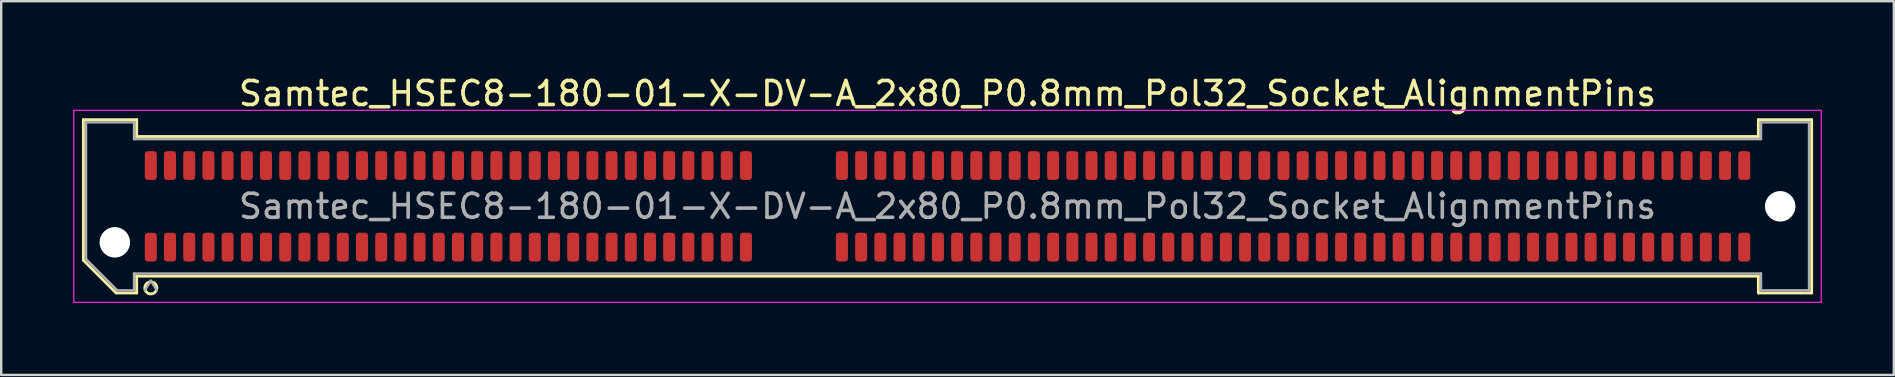
<source format=kicad_pcb>
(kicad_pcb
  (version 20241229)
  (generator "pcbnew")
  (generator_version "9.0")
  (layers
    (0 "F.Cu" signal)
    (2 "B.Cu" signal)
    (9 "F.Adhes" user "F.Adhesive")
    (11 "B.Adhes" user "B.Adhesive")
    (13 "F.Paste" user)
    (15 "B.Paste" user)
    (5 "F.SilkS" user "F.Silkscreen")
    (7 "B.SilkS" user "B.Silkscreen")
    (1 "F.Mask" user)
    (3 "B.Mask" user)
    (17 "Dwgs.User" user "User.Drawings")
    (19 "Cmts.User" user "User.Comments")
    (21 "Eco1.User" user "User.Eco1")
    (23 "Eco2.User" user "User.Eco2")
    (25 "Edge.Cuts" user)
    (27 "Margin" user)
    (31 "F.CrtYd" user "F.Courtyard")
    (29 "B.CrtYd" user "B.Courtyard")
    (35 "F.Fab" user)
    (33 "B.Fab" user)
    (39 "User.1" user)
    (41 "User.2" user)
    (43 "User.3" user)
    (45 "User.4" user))
  (footprint "Samtec_HSEC8-180-01-X-DV-A_2x80_P0.8mm_Pol32_Socket_AlignmentPins"
    (layer "F.Cu")
    (at 36.435 5.548)
    (property "Reference" "Samtec_HSEC8-180-01-X-DV-A_2x80_P0.8mm_Pol32_Socket_AlignmentPins" (at 0 -4.7 0) (layer "F.SilkS") (effects (font (size 1 1) (thickness 0.15))))
    (attr smd)
    (fp_line (start -36.01 -3.61) (end -33.79 -3.61) (stroke (width 0.12) (type solid)) (layer "F.SilkS"))
    (fp_line (start -36.01 2.246) (end -36.01 -3.61) (stroke (width 0.12) (type solid)) (layer "F.SilkS"))
    (fp_line (start -34.646 3.61) (end -36.01 2.246) (stroke (width 0.12) (type solid)) (layer "F.SilkS"))
    (fp_line (start -33.79 -3.61) (end -33.79 -2.91) (stroke (width 0.12) (type solid)) (layer "F.SilkS"))
    (fp_line (start -33.79 -2.91) (end 33.79 -2.91) (stroke (width 0.12) (type solid)) (layer "F.SilkS"))
    (fp_line (start -33.79 2.91) (end -33.79 3.61) (stroke (width 0.12) (type solid)) (layer "F.SilkS"))
    (fp_line (start -33.79 3.61) (end -34.646 3.61) (stroke (width 0.12) (type solid)) (layer "F.SilkS"))
    (fp_line (start 33.79 -3.61) (end 36.01 -3.61) (stroke (width 0.12) (type solid)) (layer "F.SilkS"))
    (fp_line (start 33.79 -2.91) (end 33.79 -3.61) (stroke (width 0.12) (type solid)) (layer "F.SilkS"))
    (fp_line (start 33.79 2.91) (end -33.79 2.91) (stroke (width 0.12) (type solid)) (layer "F.SilkS"))
    (fp_line (start 33.79 3.61) (end 33.79 2.91) (stroke (width 0.12) (type solid)) (layer "F.SilkS"))
    (fp_line (start 36.01 -3.61) (end 36.01 3.61) (stroke (width 0.12) (type solid)) (layer "F.SilkS"))
    (fp_line (start 36.01 3.61) (end 33.79 3.61) (stroke (width 0.12) (type solid)) (layer "F.SilkS"))
    (fp_arc (start -32.95 3.4) (mid -33.45 3.4) (end -32.95 3.4) (stroke (width 0.12) (type solid)) (layer "F.SilkS"))
    (fp_line (start -36.41 -4) (end -36.41 4) (stroke (width 0.05) (type solid)) (layer "F.CrtYd"))
    (fp_line (start -36.41 4) (end 36.41 4) (stroke (width 0.05) (type solid)) (layer "F.CrtYd"))
    (fp_line (start 36.41 -4) (end -36.41 -4) (stroke (width 0.05) (type solid)) (layer "F.CrtYd"))
    (fp_line (start 36.41 4) (end 36.41 -4) (stroke (width 0.05) (type solid)) (layer "F.CrtYd"))
    (fp_line (start -35.9 -3.5) (end -33.9 -3.5) (stroke (width 0.1) (type solid)) (layer "F.Fab"))
    (fp_line (start -35.9 2.2) (end -35.9 -3.5) (stroke (width 0.1) (type solid)) (layer "F.Fab"))
    (fp_line (start -34.6 3.5) (end -35.9 2.2) (stroke (width 0.1) (type solid)) (layer "F.Fab"))
    (fp_line (start -33.9 -3.5) (end -33.9 -2.8) (stroke (width 0.1) (type solid)) (layer "F.Fab"))
    (fp_line (start -33.9 -2.8) (end 33.9 -2.8) (stroke (width 0.1) (type solid)) (layer "F.Fab"))
    (fp_line (start -33.9 2.8) (end -33.9 3.5) (stroke (width 0.1) (type solid)) (layer "F.Fab"))
    (fp_line (start -33.9 3.5) (end -34.6 3.5) (stroke (width 0.1) (type solid)) (layer "F.Fab"))
    (fp_line (start -33.2 3.1) (end -33.45 3.5) (stroke (width 0.1) (type solid)) (layer "F.Fab"))
    (fp_line (start -33.2 3.1) (end -32.95 3.5) (stroke (width 0.1) (type solid)) (layer "F.Fab"))
    (fp_line (start 33.9 -3.5) (end 35.9 -3.5) (stroke (width 0.1) (type solid)) (layer "F.Fab"))
    (fp_line (start 33.9 -2.8) (end 33.9 -3.5) (stroke (width 0.1) (type solid)) (layer "F.Fab"))
    (fp_line (start 33.9 2.8) (end -33.9 2.8) (stroke (width 0.1) (type solid)) (layer "F.Fab"))
    (fp_line (start 33.9 3.5) (end 33.9 2.8) (stroke (width 0.1) (type solid)) (layer "F.Fab"))
    (fp_line (start 35.9 -3.5) (end 35.9 3.5) (stroke (width 0.1) (type solid)) (layer "F.Fab"))
    (fp_line (start 35.9 3.5) (end 33.9 3.5) (stroke (width 0.1) (type solid)) (layer "F.Fab"))
    (fp_text user "${REFERENCE}" (at 0 0 0) (layer "F.Fab") (effects (font (size 1 1) (thickness 0.15))))
    (pad "" np_thru_hole circle (at -34.7 1.5) (size 1.27 1.27) (drill 1.27) (layers "*.Cu" "*.Mask"))
    (pad "" np_thru_hole circle (at 34.7 0) (size 1.27 1.27) (drill 1.27) (layers "*.Cu" "*.Mask"))
    (pad "1" smd roundrect (at -33.2 1.7) (size 0.5 1.2) (layers "F.Cu" "F.Mask" "F.Paste") (roundrect_rratio 0.25))
    (pad "2" smd roundrect (at -33.2 -1.7) (size 0.5 1.2) (layers "F.Cu" "F.Mask" "F.Paste") (roundrect_rratio 0.25))
    (pad "3" smd roundrect (at -32.4 1.7) (size 0.5 1.2) (layers "F.Cu" "F.Mask" "F.Paste") (roundrect_rratio 0.25))
    (pad "4" smd roundrect (at -32.4 -1.7) (size 0.5 1.2) (layers "F.Cu" "F.Mask" "F.Paste") (roundrect_rratio 0.25))
    (pad "5" smd roundrect (at -31.6 1.7) (size 0.5 1.2) (layers "F.Cu" "F.Mask" "F.Paste") (roundrect_rratio 0.25))
    (pad "6" smd roundrect (at -31.6 -1.7) (size 0.5 1.2) (layers "F.Cu" "F.Mask" "F.Paste") (roundrect_rratio 0.25))
    (pad "7" smd roundrect (at -30.8 1.7) (size 0.5 1.2) (layers "F.Cu" "F.Mask" "F.Paste") (roundrect_rratio 0.25))
    (pad "8" smd roundrect (at -30.8 -1.7) (size 0.5 1.2) (layers "F.Cu" "F.Mask" "F.Paste") (roundrect_rratio 0.25))
    (pad "9" smd roundrect (at -30 1.7) (size 0.5 1.2) (layers "F.Cu" "F.Mask" "F.Paste") (roundrect_rratio 0.25))
    (pad "10" smd roundrect (at -30 -1.7) (size 0.5 1.2) (layers "F.Cu" "F.Mask" "F.Paste") (roundrect_rratio 0.25))
    (pad "11" smd roundrect (at -29.2 1.7) (size 0.5 1.2) (layers "F.Cu" "F.Mask" "F.Paste") (roundrect_rratio 0.25))
    (pad "12" smd roundrect (at -29.2 -1.7) (size 0.5 1.2) (layers "F.Cu" "F.Mask" "F.Paste") (roundrect_rratio 0.25))
    (pad "13" smd roundrect (at -28.4 1.7) (size 0.5 1.2) (layers "F.Cu" "F.Mask" "F.Paste") (roundrect_rratio 0.25))
    (pad "14" smd roundrect (at -28.4 -1.7) (size 0.5 1.2) (layers "F.Cu" "F.Mask" "F.Paste") (roundrect_rratio 0.25))
    (pad "15" smd roundrect (at -27.6 1.7) (size 0.5 1.2) (layers "F.Cu" "F.Mask" "F.Paste") (roundrect_rratio 0.25))
    (pad "16" smd roundrect (at -27.6 -1.7) (size 0.5 1.2) (layers "F.Cu" "F.Mask" "F.Paste") (roundrect_rratio 0.25))
    (pad "17" smd roundrect (at -26.8 1.7) (size 0.5 1.2) (layers "F.Cu" "F.Mask" "F.Paste") (roundrect_rratio 0.25))
    (pad "18" smd roundrect (at -26.8 -1.7) (size 0.5 1.2) (layers "F.Cu" "F.Mask" "F.Paste") (roundrect_rratio 0.25))
    (pad "19" smd roundrect (at -26 1.7) (size 0.5 1.2) (layers "F.Cu" "F.Mask" "F.Paste") (roundrect_rratio 0.25))
    (pad "20" smd roundrect (at -26 -1.7) (size 0.5 1.2) (layers "F.Cu" "F.Mask" "F.Paste") (roundrect_rratio 0.25))
    (pad "21" smd roundrect (at -25.2 1.7) (size 0.5 1.2) (layers "F.Cu" "F.Mask" "F.Paste") (roundrect_rratio 0.25))
    (pad "22" smd roundrect (at -25.2 -1.7) (size 0.5 1.2) (layers "F.Cu" "F.Mask" "F.Paste") (roundrect_rratio 0.25))
    (pad "23" smd roundrect (at -24.4 1.7) (size 0.5 1.2) (layers "F.Cu" "F.Mask" "F.Paste") (roundrect_rratio 0.25))
    (pad "24" smd roundrect (at -24.4 -1.7) (size 0.5 1.2) (layers "F.Cu" "F.Mask" "F.Paste") (roundrect_rratio 0.25))
    (pad "25" smd roundrect (at -23.6 1.7) (size 0.5 1.2) (layers "F.Cu" "F.Mask" "F.Paste") (roundrect_rratio 0.25))
    (pad "26" smd roundrect (at -23.6 -1.7) (size 0.5 1.2) (layers "F.Cu" "F.Mask" "F.Paste") (roundrect_rratio 0.25))
    (pad "27" smd roundrect (at -22.8 1.7) (size 0.5 1.2) (layers "F.Cu" "F.Mask" "F.Paste") (roundrect_rratio 0.25))
    (pad "28" smd roundrect (at -22.8 -1.7) (size 0.5 1.2) (layers "F.Cu" "F.Mask" "F.Paste") (roundrect_rratio 0.25))
    (pad "29" smd roundrect (at -22 1.7) (size 0.5 1.2) (layers "F.Cu" "F.Mask" "F.Paste") (roundrect_rratio 0.25))
    (pad "30" smd roundrect (at -22 -1.7) (size 0.5 1.2) (layers "F.Cu" "F.Mask" "F.Paste") (roundrect_rratio 0.25))
    (pad "31" smd roundrect (at -21.2 1.7) (size 0.5 1.2) (layers "F.Cu" "F.Mask" "F.Paste") (roundrect_rratio 0.25))
    (pad "32" smd roundrect (at -21.2 -1.7) (size 0.5 1.2) (layers "F.Cu" "F.Mask" "F.Paste") (roundrect_rratio 0.25))
    (pad "33" smd roundrect (at -20.4 1.7) (size 0.5 1.2) (layers "F.Cu" "F.Mask" "F.Paste") (roundrect_rratio 0.25))
    (pad "34" smd roundrect (at -20.4 -1.7) (size 0.5 1.2) (layers "F.Cu" "F.Mask" "F.Paste") (roundrect_rratio 0.25))
    (pad "35" smd roundrect (at -19.6 1.7) (size 0.5 1.2) (layers "F.Cu" "F.Mask" "F.Paste") (roundrect_rratio 0.25))
    (pad "36" smd roundrect (at -19.6 -1.7) (size 0.5 1.2) (layers "F.Cu" "F.Mask" "F.Paste") (roundrect_rratio 0.25))
    (pad "37" smd roundrect (at -18.8 1.7) (size 0.5 1.2) (layers "F.Cu" "F.Mask" "F.Paste") (roundrect_rratio 0.25))
    (pad "38" smd roundrect (at -18.8 -1.7) (size 0.5 1.2) (layers "F.Cu" "F.Mask" "F.Paste") (roundrect_rratio 0.25))
    (pad "39" smd roundrect (at -18 1.7) (size 0.5 1.2) (layers "F.Cu" "F.Mask" "F.Paste") (roundrect_rratio 0.25))
    (pad "40" smd roundrect (at -18 -1.7) (size 0.5 1.2) (layers "F.Cu" "F.Mask" "F.Paste") (roundrect_rratio 0.25))
    (pad "41" smd roundrect (at -17.2 1.7) (size 0.5 1.2) (layers "F.Cu" "F.Mask" "F.Paste") (roundrect_rratio 0.25))
    (pad "42" smd roundrect (at -17.2 -1.7) (size 0.5 1.2) (layers "F.Cu" "F.Mask" "F.Paste") (roundrect_rratio 0.25))
    (pad "43" smd roundrect (at -16.4 1.7) (size 0.5 1.2) (layers "F.Cu" "F.Mask" "F.Paste") (roundrect_rratio 0.25))
    (pad "44" smd roundrect (at -16.4 -1.7) (size 0.5 1.2) (layers "F.Cu" "F.Mask" "F.Paste") (roundrect_rratio 0.25))
    (pad "45" smd roundrect (at -15.6 1.7) (size 0.5 1.2) (layers "F.Cu" "F.Mask" "F.Paste") (roundrect_rratio 0.25))
    (pad "46" smd roundrect (at -15.6 -1.7) (size 0.5 1.2) (layers "F.Cu" "F.Mask" "F.Paste") (roundrect_rratio 0.25))
    (pad "47" smd roundrect (at -14.8 1.7) (size 0.5 1.2) (layers "F.Cu" "F.Mask" "F.Paste") (roundrect_rratio 0.25))
    (pad "48" smd roundrect (at -14.8 -1.7) (size 0.5 1.2) (layers "F.Cu" "F.Mask" "F.Paste") (roundrect_rratio 0.25))
    (pad "49" smd roundrect (at -14 1.7) (size 0.5 1.2) (layers "F.Cu" "F.Mask" "F.Paste") (roundrect_rratio 0.25))
    (pad "50" smd roundrect (at -14 -1.7) (size 0.5 1.2) (layers "F.Cu" "F.Mask" "F.Paste") (roundrect_rratio 0.25))
    (pad "51" smd roundrect (at -13.2 1.7) (size 0.5 1.2) (layers "F.Cu" "F.Mask" "F.Paste") (roundrect_rratio 0.25))
    (pad "52" smd roundrect (at -13.2 -1.7) (size 0.5 1.2) (layers "F.Cu" "F.Mask" "F.Paste") (roundrect_rratio 0.25))
    (pad "53" smd roundrect (at -12.4 1.7) (size 0.5 1.2) (layers "F.Cu" "F.Mask" "F.Paste") (roundrect_rratio 0.25))
    (pad "54" smd roundrect (at -12.4 -1.7) (size 0.5 1.2) (layers "F.Cu" "F.Mask" "F.Paste") (roundrect_rratio 0.25))
    (pad "55" smd roundrect (at -11.6 1.7) (size 0.5 1.2) (layers "F.Cu" "F.Mask" "F.Paste") (roundrect_rratio 0.25))
    (pad "56" smd roundrect (at -11.6 -1.7) (size 0.5 1.2) (layers "F.Cu" "F.Mask" "F.Paste") (roundrect_rratio 0.25))
    (pad "57" smd roundrect (at -10.8 1.7) (size 0.5 1.2) (layers "F.Cu" "F.Mask" "F.Paste") (roundrect_rratio 0.25))
    (pad "58" smd roundrect (at -10.8 -1.7) (size 0.5 1.2) (layers "F.Cu" "F.Mask" "F.Paste") (roundrect_rratio 0.25))
    (pad "59" smd roundrect (at -10 1.7) (size 0.5 1.2) (layers "F.Cu" "F.Mask" "F.Paste") (roundrect_rratio 0.25))
    (pad "60" smd roundrect (at -10 -1.7) (size 0.5 1.2) (layers "F.Cu" "F.Mask" "F.Paste") (roundrect_rratio 0.25))
    (pad "61" smd roundrect (at -9.2 1.7) (size 0.5 1.2) (layers "F.Cu" "F.Mask" "F.Paste") (roundrect_rratio 0.25))
    (pad "62" smd roundrect (at -9.2 -1.7) (size 0.5 1.2) (layers "F.Cu" "F.Mask" "F.Paste") (roundrect_rratio 0.25))
    (pad "63" smd roundrect (at -8.4 1.7) (size 0.5 1.2) (layers "F.Cu" "F.Mask" "F.Paste") (roundrect_rratio 0.25))
    (pad "64" smd roundrect (at -8.4 -1.7) (size 0.5 1.2) (layers "F.Cu" "F.Mask" "F.Paste") (roundrect_rratio 0.25))
    (pad "65" smd roundrect (at -4.4 1.7) (size 0.5 1.2) (layers "F.Cu" "F.Mask" "F.Paste") (roundrect_rratio 0.25))
    (pad "66" smd roundrect (at -4.4 -1.7) (size 0.5 1.2) (layers "F.Cu" "F.Mask" "F.Paste") (roundrect_rratio 0.25))
    (pad "67" smd roundrect (at -3.6 1.7) (size 0.5 1.2) (layers "F.Cu" "F.Mask" "F.Paste") (roundrect_rratio 0.25))
    (pad "68" smd roundrect (at -3.6 -1.7) (size 0.5 1.2) (layers "F.Cu" "F.Mask" "F.Paste") (roundrect_rratio 0.25))
    (pad "69" smd roundrect (at -2.8 1.7) (size 0.5 1.2) (layers "F.Cu" "F.Mask" "F.Paste") (roundrect_rratio 0.25))
    (pad "70" smd roundrect (at -2.8 -1.7) (size 0.5 1.2) (layers "F.Cu" "F.Mask" "F.Paste") (roundrect_rratio 0.25))
    (pad "71" smd roundrect (at -2 1.7) (size 0.5 1.2) (layers "F.Cu" "F.Mask" "F.Paste") (roundrect_rratio 0.25))
    (pad "72" smd roundrect (at -2 -1.7) (size 0.5 1.2) (layers "F.Cu" "F.Mask" "F.Paste") (roundrect_rratio 0.25))
    (pad "73" smd roundrect (at -1.2 1.7) (size 0.5 1.2) (layers "F.Cu" "F.Mask" "F.Paste") (roundrect_rratio 0.25))
    (pad "74" smd roundrect (at -1.2 -1.7) (size 0.5 1.2) (layers "F.Cu" "F.Mask" "F.Paste") (roundrect_rratio 0.25))
    (pad "75" smd roundrect (at -0.4 1.7) (size 0.5 1.2) (layers "F.Cu" "F.Mask" "F.Paste") (roundrect_rratio 0.25))
    (pad "76" smd roundrect (at -0.4 -1.7) (size 0.5 1.2) (layers "F.Cu" "F.Mask" "F.Paste") (roundrect_rratio 0.25))
    (pad "77" smd roundrect (at 0.4 1.7) (size 0.5 1.2) (layers "F.Cu" "F.Mask" "F.Paste") (roundrect_rratio 0.25))
    (pad "78" smd roundrect (at 0.4 -1.7) (size 0.5 1.2) (layers "F.Cu" "F.Mask" "F.Paste") (roundrect_rratio 0.25))
    (pad "79" smd roundrect (at 1.2 1.7) (size 0.5 1.2) (layers "F.Cu" "F.Mask" "F.Paste") (roundrect_rratio 0.25))
    (pad "80" smd roundrect (at 1.2 -1.7) (size 0.5 1.2) (layers "F.Cu" "F.Mask" "F.Paste") (roundrect_rratio 0.25))
    (pad "81" smd roundrect (at 2 1.7) (size 0.5 1.2) (layers "F.Cu" "F.Mask" "F.Paste") (roundrect_rratio 0.25))
    (pad "82" smd roundrect (at 2 -1.7) (size 0.5 1.2) (layers "F.Cu" "F.Mask" "F.Paste") (roundrect_rratio 0.25))
    (pad "83" smd roundrect (at 2.8 1.7) (size 0.5 1.2) (layers "F.Cu" "F.Mask" "F.Paste") (roundrect_rratio 0.25))
    (pad "84" smd roundrect (at 2.8 -1.7) (size 0.5 1.2) (layers "F.Cu" "F.Mask" "F.Paste") (roundrect_rratio 0.25))
    (pad "85" smd roundrect (at 3.6 1.7) (size 0.5 1.2) (layers "F.Cu" "F.Mask" "F.Paste") (roundrect_rratio 0.25))
    (pad "86" smd roundrect (at 3.6 -1.7) (size 0.5 1.2) (layers "F.Cu" "F.Mask" "F.Paste") (roundrect_rratio 0.25))
    (pad "87" smd roundrect (at 4.4 1.7) (size 0.5 1.2) (layers "F.Cu" "F.Mask" "F.Paste") (roundrect_rratio 0.25))
    (pad "88" smd roundrect (at 4.4 -1.7) (size 0.5 1.2) (layers "F.Cu" "F.Mask" "F.Paste") (roundrect_rratio 0.25))
    (pad "89" smd roundrect (at 5.2 1.7) (size 0.5 1.2) (layers "F.Cu" "F.Mask" "F.Paste") (roundrect_rratio 0.25))
    (pad "90" smd roundrect (at 5.2 -1.7) (size 0.5 1.2) (layers "F.Cu" "F.Mask" "F.Paste") (roundrect_rratio 0.25))
    (pad "91" smd roundrect (at 6 1.7) (size 0.5 1.2) (layers "F.Cu" "F.Mask" "F.Paste") (roundrect_rratio 0.25))
    (pad "92" smd roundrect (at 6 -1.7) (size 0.5 1.2) (layers "F.Cu" "F.Mask" "F.Paste") (roundrect_rratio 0.25))
    (pad "93" smd roundrect (at 6.8 1.7) (size 0.5 1.2) (layers "F.Cu" "F.Mask" "F.Paste") (roundrect_rratio 0.25))
    (pad "94" smd roundrect (at 6.8 -1.7) (size 0.5 1.2) (layers "F.Cu" "F.Mask" "F.Paste") (roundrect_rratio 0.25))
    (pad "95" smd roundrect (at 7.6 1.7) (size 0.5 1.2) (layers "F.Cu" "F.Mask" "F.Paste") (roundrect_rratio 0.25))
    (pad "96" smd roundrect (at 7.6 -1.7) (size 0.5 1.2) (layers "F.Cu" "F.Mask" "F.Paste") (roundrect_rratio 0.25))
    (pad "97" smd roundrect (at 8.4 1.7) (size 0.5 1.2) (layers "F.Cu" "F.Mask" "F.Paste") (roundrect_rratio 0.25))
    (pad "98" smd roundrect (at 8.4 -1.7) (size 0.5 1.2) (layers "F.Cu" "F.Mask" "F.Paste") (roundrect_rratio 0.25))
    (pad "99" smd roundrect (at 9.2 1.7) (size 0.5 1.2) (layers "F.Cu" "F.Mask" "F.Paste") (roundrect_rratio 0.25))
    (pad "100" smd roundrect (at 9.2 -1.7) (size 0.5 1.2) (layers "F.Cu" "F.Mask" "F.Paste") (roundrect_rratio 0.25))
    (pad "101" smd roundrect (at 10 1.7) (size 0.5 1.2) (layers "F.Cu" "F.Mask" "F.Paste") (roundrect_rratio 0.25))
    (pad "102" smd roundrect (at 10 -1.7) (size 0.5 1.2) (layers "F.Cu" "F.Mask" "F.Paste") (roundrect_rratio 0.25))
    (pad "103" smd roundrect (at 10.8 1.7) (size 0.5 1.2) (layers "F.Cu" "F.Mask" "F.Paste") (roundrect_rratio 0.25))
    (pad "104" smd roundrect (at 10.8 -1.7) (size 0.5 1.2) (layers "F.Cu" "F.Mask" "F.Paste") (roundrect_rratio 0.25))
    (pad "105" smd roundrect (at 11.6 1.7) (size 0.5 1.2) (layers "F.Cu" "F.Mask" "F.Paste") (roundrect_rratio 0.25))
    (pad "106" smd roundrect (at 11.6 -1.7) (size 0.5 1.2) (layers "F.Cu" "F.Mask" "F.Paste") (roundrect_rratio 0.25))
    (pad "107" smd roundrect (at 12.4 1.7) (size 0.5 1.2) (layers "F.Cu" "F.Mask" "F.Paste") (roundrect_rratio 0.25))
    (pad "108" smd roundrect (at 12.4 -1.7) (size 0.5 1.2) (layers "F.Cu" "F.Mask" "F.Paste") (roundrect_rratio 0.25))
    (pad "109" smd roundrect (at 13.2 1.7) (size 0.5 1.2) (layers "F.Cu" "F.Mask" "F.Paste") (roundrect_rratio 0.25))
    (pad "110" smd roundrect (at 13.2 -1.7) (size 0.5 1.2) (layers "F.Cu" "F.Mask" "F.Paste") (roundrect_rratio 0.25))
    (pad "111" smd roundrect (at 14 1.7) (size 0.5 1.2) (layers "F.Cu" "F.Mask" "F.Paste") (roundrect_rratio 0.25))
    (pad "112" smd roundrect (at 14 -1.7) (size 0.5 1.2) (layers "F.Cu" "F.Mask" "F.Paste") (roundrect_rratio 0.25))
    (pad "113" smd roundrect (at 14.8 1.7) (size 0.5 1.2) (layers "F.Cu" "F.Mask" "F.Paste") (roundrect_rratio 0.25))
    (pad "114" smd roundrect (at 14.8 -1.7) (size 0.5 1.2) (layers "F.Cu" "F.Mask" "F.Paste") (roundrect_rratio 0.25))
    (pad "115" smd roundrect (at 15.6 1.7) (size 0.5 1.2) (layers "F.Cu" "F.Mask" "F.Paste") (roundrect_rratio 0.25))
    (pad "116" smd roundrect (at 15.6 -1.7) (size 0.5 1.2) (layers "F.Cu" "F.Mask" "F.Paste") (roundrect_rratio 0.25))
    (pad "117" smd roundrect (at 16.4 1.7) (size 0.5 1.2) (layers "F.Cu" "F.Mask" "F.Paste") (roundrect_rratio 0.25))
    (pad "118" smd roundrect (at 16.4 -1.7) (size 0.5 1.2) (layers "F.Cu" "F.Mask" "F.Paste") (roundrect_rratio 0.25))
    (pad "119" smd roundrect (at 17.2 1.7) (size 0.5 1.2) (layers "F.Cu" "F.Mask" "F.Paste") (roundrect_rratio 0.25))
    (pad "120" smd roundrect (at 17.2 -1.7) (size 0.5 1.2) (layers "F.Cu" "F.Mask" "F.Paste") (roundrect_rratio 0.25))
    (pad "121" smd roundrect (at 18 1.7) (size 0.5 1.2) (layers "F.Cu" "F.Mask" "F.Paste") (roundrect_rratio 0.25))
    (pad "122" smd roundrect (at 18 -1.7) (size 0.5 1.2) (layers "F.Cu" "F.Mask" "F.Paste") (roundrect_rratio 0.25))
    (pad "123" smd roundrect (at 18.8 1.7) (size 0.5 1.2) (layers "F.Cu" "F.Mask" "F.Paste") (roundrect_rratio 0.25))
    (pad "124" smd roundrect (at 18.8 -1.7) (size 0.5 1.2) (layers "F.Cu" "F.Mask" "F.Paste") (roundrect_rratio 0.25))
    (pad "125" smd roundrect (at 19.6 1.7) (size 0.5 1.2) (layers "F.Cu" "F.Mask" "F.Paste") (roundrect_rratio 0.25))
    (pad "126" smd roundrect (at 19.6 -1.7) (size 0.5 1.2) (layers "F.Cu" "F.Mask" "F.Paste") (roundrect_rratio 0.25))
    (pad "127" smd roundrect (at 20.4 1.7) (size 0.5 1.2) (layers "F.Cu" "F.Mask" "F.Paste") (roundrect_rratio 0.25))
    (pad "128" smd roundrect (at 20.4 -1.7) (size 0.5 1.2) (layers "F.Cu" "F.Mask" "F.Paste") (roundrect_rratio 0.25))
    (pad "129" smd roundrect (at 21.2 1.7) (size 0.5 1.2) (layers "F.Cu" "F.Mask" "F.Paste") (roundrect_rratio 0.25))
    (pad "130" smd roundrect (at 21.2 -1.7) (size 0.5 1.2) (layers "F.Cu" "F.Mask" "F.Paste") (roundrect_rratio 0.25))
    (pad "131" smd roundrect (at 22 1.7) (size 0.5 1.2) (layers "F.Cu" "F.Mask" "F.Paste") (roundrect_rratio 0.25))
    (pad "132" smd roundrect (at 22 -1.7) (size 0.5 1.2) (layers "F.Cu" "F.Mask" "F.Paste") (roundrect_rratio 0.25))
    (pad "133" smd roundrect (at 22.8 1.7) (size 0.5 1.2) (layers "F.Cu" "F.Mask" "F.Paste") (roundrect_rratio 0.25))
    (pad "134" smd roundrect (at 22.8 -1.7) (size 0.5 1.2) (layers "F.Cu" "F.Mask" "F.Paste") (roundrect_rratio 0.25))
    (pad "135" smd roundrect (at 23.6 1.7) (size 0.5 1.2) (layers "F.Cu" "F.Mask" "F.Paste") (roundrect_rratio 0.25))
    (pad "136" smd roundrect (at 23.6 -1.7) (size 0.5 1.2) (layers "F.Cu" "F.Mask" "F.Paste") (roundrect_rratio 0.25))
    (pad "137" smd roundrect (at 24.4 1.7) (size 0.5 1.2) (layers "F.Cu" "F.Mask" "F.Paste") (roundrect_rratio 0.25))
    (pad "138" smd roundrect (at 24.4 -1.7) (size 0.5 1.2) (layers "F.Cu" "F.Mask" "F.Paste") (roundrect_rratio 0.25))
    (pad "139" smd roundrect (at 25.2 1.7) (size 0.5 1.2) (layers "F.Cu" "F.Mask" "F.Paste") (roundrect_rratio 0.25))
    (pad "140" smd roundrect (at 25.2 -1.7) (size 0.5 1.2) (layers "F.Cu" "F.Mask" "F.Paste") (roundrect_rratio 0.25))
    (pad "141" smd roundrect (at 26 1.7) (size 0.5 1.2) (layers "F.Cu" "F.Mask" "F.Paste") (roundrect_rratio 0.25))
    (pad "142" smd roundrect (at 26 -1.7) (size 0.5 1.2) (layers "F.Cu" "F.Mask" "F.Paste") (roundrect_rratio 0.25))
    (pad "143" smd roundrect (at 26.8 1.7) (size 0.5 1.2) (layers "F.Cu" "F.Mask" "F.Paste") (roundrect_rratio 0.25))
    (pad "144" smd roundrect (at 26.8 -1.7) (size 0.5 1.2) (layers "F.Cu" "F.Mask" "F.Paste") (roundrect_rratio 0.25))
    (pad "145" smd roundrect (at 27.6 1.7) (size 0.5 1.2) (layers "F.Cu" "F.Mask" "F.Paste") (roundrect_rratio 0.25))
    (pad "146" smd roundrect (at 27.6 -1.7) (size 0.5 1.2) (layers "F.Cu" "F.Mask" "F.Paste") (roundrect_rratio 0.25))
    (pad "147" smd roundrect (at 28.4 1.7) (size 0.5 1.2) (layers "F.Cu" "F.Mask" "F.Paste") (roundrect_rratio 0.25))
    (pad "148" smd roundrect (at 28.4 -1.7) (size 0.5 1.2) (layers "F.Cu" "F.Mask" "F.Paste") (roundrect_rratio 0.25))
    (pad "149" smd roundrect (at 29.2 1.7) (size 0.5 1.2) (layers "F.Cu" "F.Mask" "F.Paste") (roundrect_rratio 0.25))
    (pad "150" smd roundrect (at 29.2 -1.7) (size 0.5 1.2) (layers "F.Cu" "F.Mask" "F.Paste") (roundrect_rratio 0.25))
    (pad "151" smd roundrect (at 30 1.7) (size 0.5 1.2) (layers "F.Cu" "F.Mask" "F.Paste") (roundrect_rratio 0.25))
    (pad "152" smd roundrect (at 30 -1.7) (size 0.5 1.2) (layers "F.Cu" "F.Mask" "F.Paste") (roundrect_rratio 0.25))
    (pad "153" smd roundrect (at 30.8 1.7) (size 0.5 1.2) (layers "F.Cu" "F.Mask" "F.Paste") (roundrect_rratio 0.25))
    (pad "154" smd roundrect (at 30.8 -1.7) (size 0.5 1.2) (layers "F.Cu" "F.Mask" "F.Paste") (roundrect_rratio 0.25))
    (pad "155" smd roundrect (at 31.6 1.7) (size 0.5 1.2) (layers "F.Cu" "F.Mask" "F.Paste") (roundrect_rratio 0.25))
    (pad "156" smd roundrect (at 31.6 -1.7) (size 0.5 1.2) (layers "F.Cu" "F.Mask" "F.Paste") (roundrect_rratio 0.25))
    (pad "157" smd roundrect (at 32.4 1.7) (size 0.5 1.2) (layers "F.Cu" "F.Mask" "F.Paste") (roundrect_rratio 0.25))
    (pad "158" smd roundrect (at 32.4 -1.7) (size 0.5 1.2) (layers "F.Cu" "F.Mask" "F.Paste") (roundrect_rratio 0.25))
    (pad "159" smd roundrect (at 33.2 1.7) (size 0.5 1.2) (layers "F.Cu" "F.Mask" "F.Paste") (roundrect_rratio 0.25))
    (pad "160" smd roundrect (at 33.2 -1.7) (size 0.5 1.2) (layers "F.Cu" "F.Mask" "F.Paste") (roundrect_rratio 0.25)))
  (gr_rect
    (start -3 -3)
    (end 75.87 12.573)
    (stroke (width 0.1) (type default))
    (fill no)
    (layer "Edge.Cuts")))
</source>
